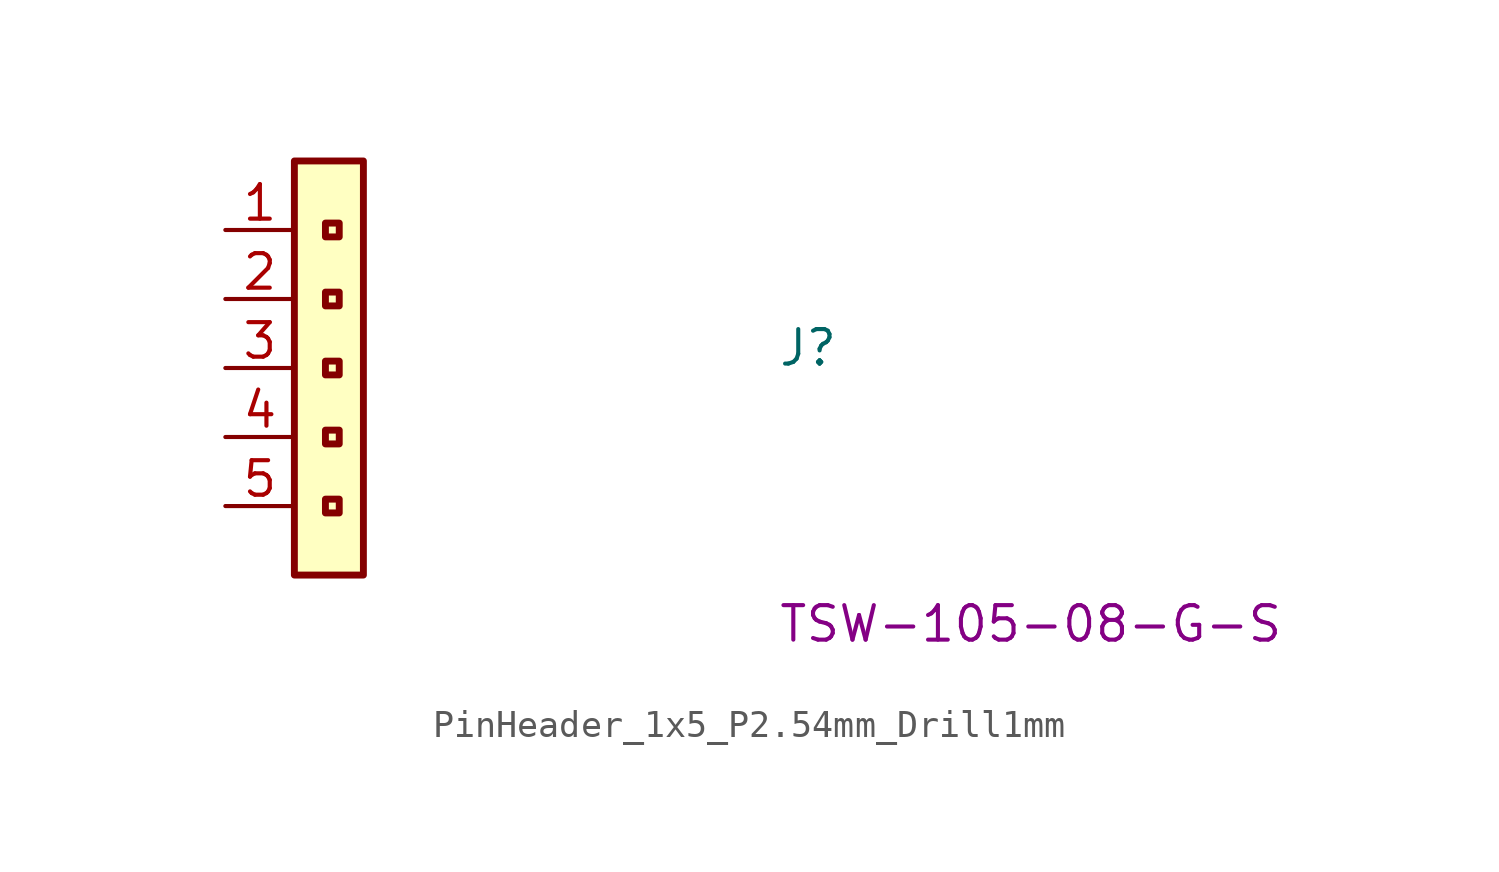
<source format=kicad_sym>
(kicad_symbol_lib
  (version 20220914)
  (generator kicad_symbol_editor)
  (symbol "PinHeader_1x5_P2.54mm_Drill1mm"
    (property "Reference" "J"
      (at 20.32 -5.08 0)
      (effects (font (size 1.27 1.27) (thickness 0.15)) (justify left bottom)))
    (property "MPN" "TSW-105-08-G-S"
      (at 20.32 -15.24 0)
      (effects (font (size 1.27 1.27) (thickness 0.15)) (justify left bottom)))
    (symbol "PinHeader_1x5_P2.54mm_Drill1mm_1_1"
      (rectangle (start 2.54 2.54) (end 5.08 -12.7) (stroke (width 0.254) (type default)) (fill (type background)))
      (rectangle (start 4.191 -10.414) (end 3.683 -9.906) (stroke (width 0.254) (type default)) (fill (type none)))
      (rectangle (start 4.191 -7.874) (end 3.683 -7.366) (stroke (width 0.254) (type default)) (fill (type none)))
      (rectangle (start 4.191 -5.334) (end 3.683 -4.826) (stroke (width 0.254) (type default)) (fill (type none)))
      (rectangle (start 4.191 -2.794) (end 3.683 -2.286) (stroke (width 0.254) (type default)) (fill (type none)))
      (rectangle (start 4.191 -0.254) (end 3.683 0.254) (stroke (width 0.254) (type default)) (fill (type none)))
      (pin passive line (at 0 0 0) (length 2.54) (name "~" (effects (font (size 1.27 1.27)))) (number "1" (effects (font (size 1.27 1.27)))))
      (pin passive line (at 0 -2.54 0) (length 2.54) (name "~" (effects (font (size 1.27 1.27)))) (number "2" (effects (font (size 1.27 1.27)))))
      (pin passive line (at 0 -5.08 0) (length 2.54) (name "~" (effects (font (size 1.27 1.27)))) (number "3" (effects (font (size 1.27 1.27)))))
      (pin passive line (at 0 -7.62 0) (length 2.54) (name "~" (effects (font (size 1.27 1.27)))) (number "4" (effects (font (size 1.27 1.27)))))
      (pin passive line (at 0 -10.16 0) (length 2.54) (name "~" (effects (font (size 1.27 1.27)))) (number "5" (effects (font (size 1.27 1.27))))))))
</source>
